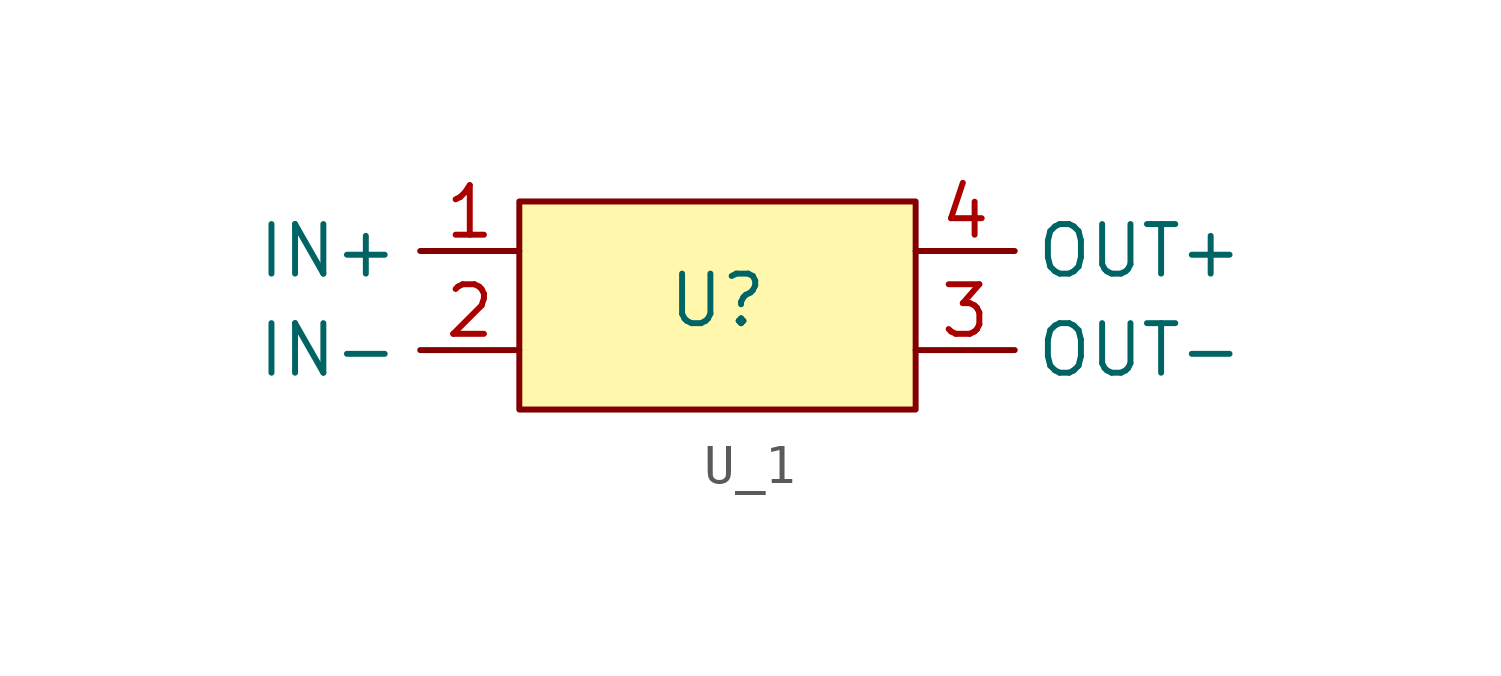
<source format=kicad_sym>
(kicad_symbol_lib
  (version 20241209)
  (generator "kicad_symbol_editor")
  (generator_version "9.0")
  (symbol "U_1"
    (property "Reference" "U"
      (at 0 0 0)
      (effects (font (size 1.27 1.27))))
    (property "Value" ""
      (at 0 0 0)
      (effects (font (size 1.27 1.27))))
    (symbol "U_1_1_1"
      (rectangle (start -5.08 2.54) (end 5.08 -2.794) (stroke (width 0) (type solid)) (fill (type color) (color 255 248 172 1)))
      (pin input line (at -5.08 1.27 180) (length 2.54) (name "IN+" (effects (font (size 1.27 1.27)))) (number "1" (effects (font (size 1.27 1.27)))))
      (pin input line (at -5.08 -1.27 180) (length 2.54) (name "IN-" (effects (font (size 1.27 1.27)))) (number "2" (effects (font (size 1.27 1.27)))))
      (pin input line (at 5.08 1.27 0) (length 2.54) (name "OUT+" (effects (font (size 1.27 1.27)))) (number "4" (effects (font (size 1.27 1.27)))))
      (pin input line (at 5.08 -1.27 0) (length 2.54) (name "OUT-" (effects (font (size 1.27 1.27)))) (number "3" (effects (font (size 1.27 1.27))))))))
</source>
